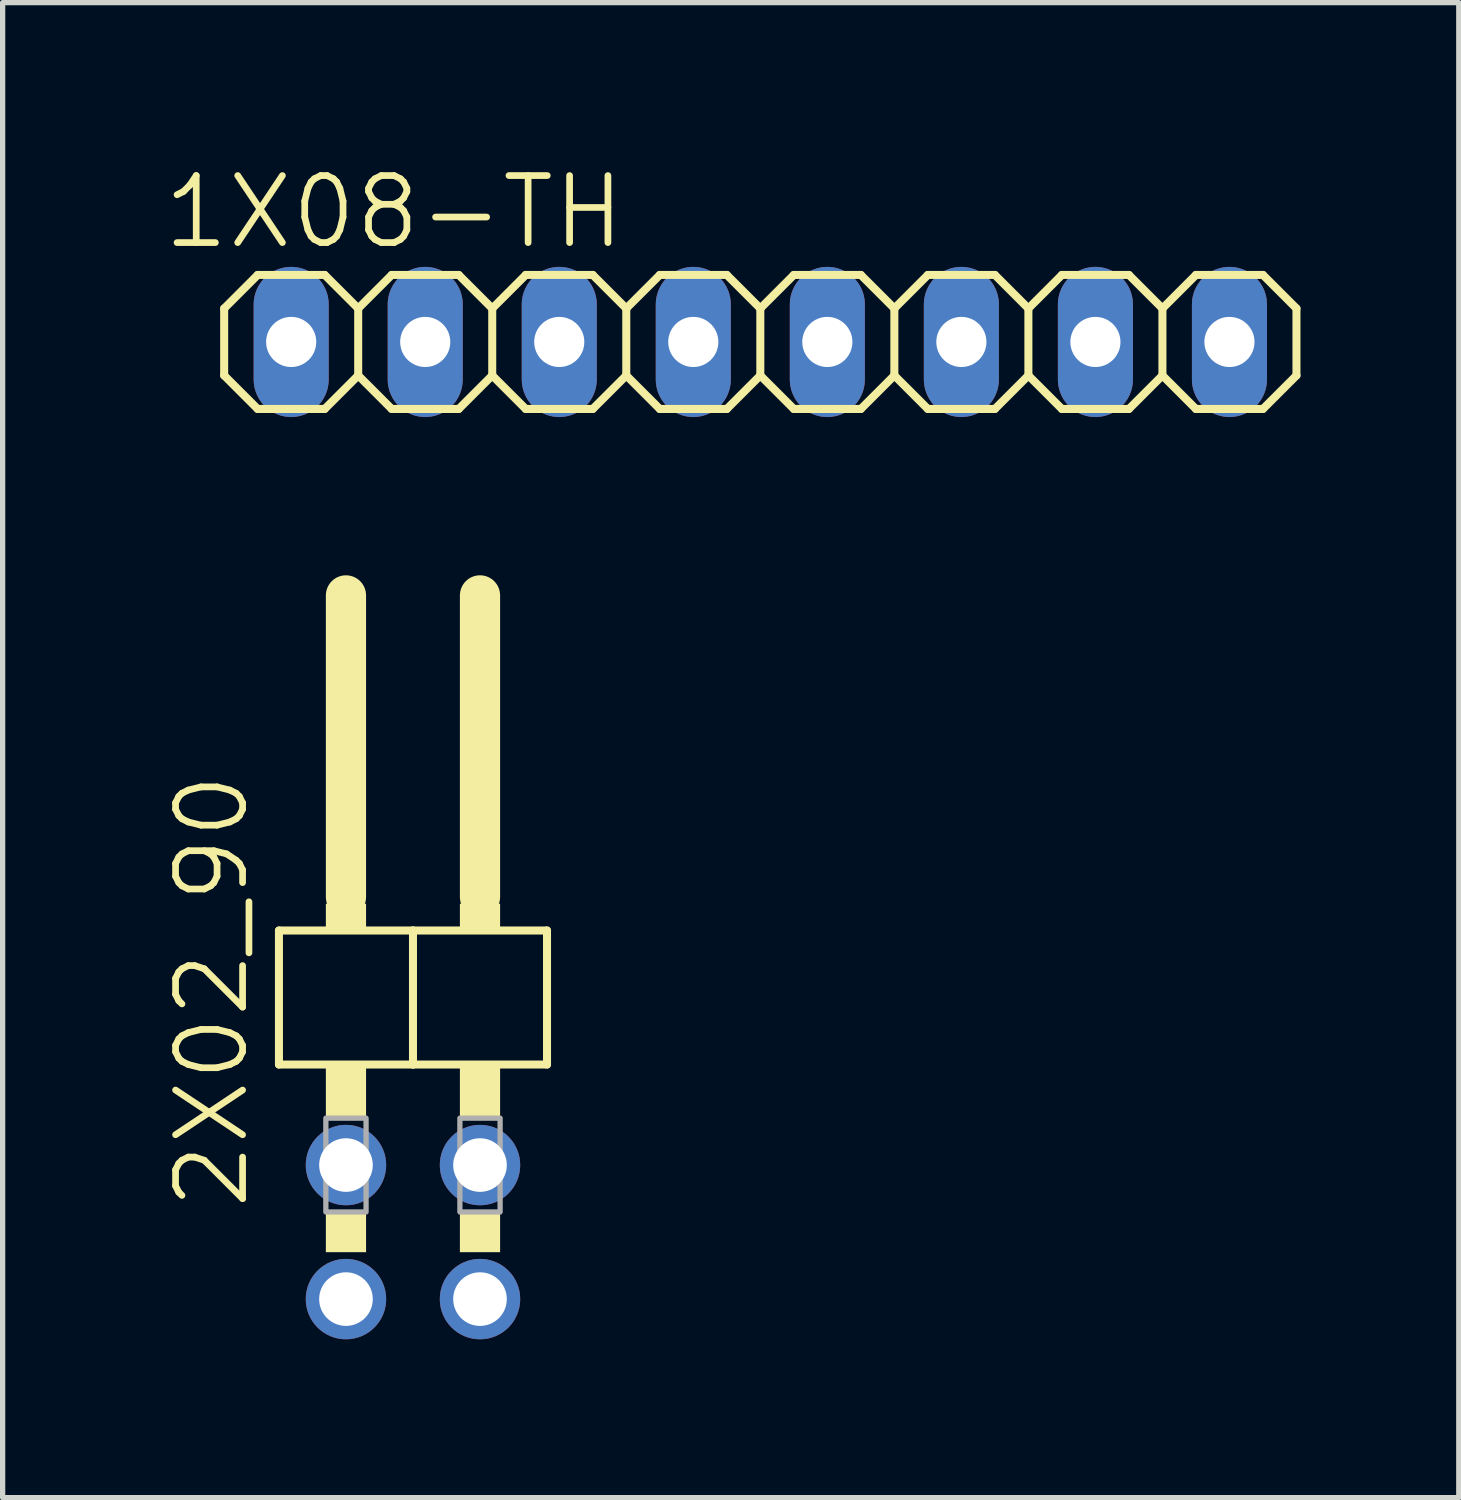
<source format=kicad_pcb>
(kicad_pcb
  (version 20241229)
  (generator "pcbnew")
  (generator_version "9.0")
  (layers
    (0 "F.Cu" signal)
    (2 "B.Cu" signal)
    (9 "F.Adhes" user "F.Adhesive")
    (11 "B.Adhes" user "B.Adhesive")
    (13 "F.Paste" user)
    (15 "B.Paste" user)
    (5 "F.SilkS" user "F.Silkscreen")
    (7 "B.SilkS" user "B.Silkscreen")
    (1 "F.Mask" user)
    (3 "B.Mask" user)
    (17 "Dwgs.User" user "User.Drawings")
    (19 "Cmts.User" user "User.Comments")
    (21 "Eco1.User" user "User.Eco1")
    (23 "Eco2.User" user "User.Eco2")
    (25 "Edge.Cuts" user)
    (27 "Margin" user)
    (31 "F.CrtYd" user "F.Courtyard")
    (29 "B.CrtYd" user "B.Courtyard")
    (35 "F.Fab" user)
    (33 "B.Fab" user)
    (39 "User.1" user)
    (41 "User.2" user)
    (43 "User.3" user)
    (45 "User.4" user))
  (footprint "2X02_90"
    (layer "F.Cu")
    (at 4.776 15.218)
    (property "Reference" "2X02_90" (at -3.81 0.514 90) (layer "F.SilkS") (effects (font (size 1.27 1.27) (thickness 0.127))))
    (attr through_hole)
    (fp_line (start -2.54 -0.635) (end -2.54 1.905) (stroke (width 0.152) (type solid)) (layer "F.SilkS"))
    (fp_line (start -2.54 1.905) (end 0 1.905) (stroke (width 0.152) (type solid)) (layer "F.SilkS"))
    (fp_line (start -1.27 -6.985) (end -1.27 -1.27) (stroke (width 0.762) (type solid)) (layer "F.SilkS"))
    (fp_line (start 0 -0.635) (end -2.54 -0.635) (stroke (width 0.152) (type solid)) (layer "F.SilkS"))
    (fp_line (start 0 1.905) (end 0 -0.635) (stroke (width 0.152) (type solid)) (layer "F.SilkS"))
    (fp_line (start 0 1.905) (end 2.54 1.905) (stroke (width 0.152) (type solid)) (layer "F.SilkS"))
    (fp_line (start 1.27 -6.985) (end 1.27 -1.27) (stroke (width 0.762) (type solid)) (layer "F.SilkS"))
    (fp_line (start 2.54 -0.635) (end 0 -0.635) (stroke (width 0.152) (type solid)) (layer "F.SilkS"))
    (fp_line (start 2.54 1.905) (end 2.54 -0.635) (stroke (width 0.152) (type solid)) (layer "F.SilkS"))
    (fp_poly (pts (xy -1.651 -1.143) (xy -0.889 -1.143) (xy -0.889 -0.635) (xy -1.651 -0.635)) (stroke (width 0) (type solid)) (fill yes) (layer "F.SilkS"))
    (fp_poly (pts (xy -1.651 1.905) (xy -0.889 1.905) (xy -0.889 2.921) (xy -1.651 2.921)) (stroke (width 0) (type solid)) (fill yes) (layer "F.SilkS"))
    (fp_poly (pts (xy -1.651 4.699) (xy -0.889 4.699) (xy -0.889 5.461) (xy -1.651 5.461)) (stroke (width 0) (type solid)) (fill yes) (layer "F.SilkS"))
    (fp_poly (pts (xy 0.889 -1.143) (xy 1.651 -1.143) (xy 1.651 -0.635) (xy 0.889 -0.635)) (stroke (width 0) (type solid)) (fill yes) (layer "F.SilkS"))
    (fp_poly (pts (xy 0.889 1.905) (xy 1.651 1.905) (xy 1.651 2.921) (xy 0.889 2.921)) (stroke (width 0) (type solid)) (fill yes) (layer "F.SilkS"))
    (fp_poly (pts (xy 0.889 4.699) (xy 1.651 4.699) (xy 1.651 5.461) (xy 0.889 5.461)) (stroke (width 0) (type solid)) (fill yes) (layer "F.SilkS"))
    (fp_poly (pts (xy -1.651 2.921) (xy -0.889 2.921) (xy -0.889 4.699) (xy -1.651 4.699)) (stroke (width 0.1) (type solid)) (fill no) (layer "F.Fab"))
    (fp_poly (pts (xy 0.889 2.921) (xy 1.651 2.921) (xy 1.651 4.699) (xy 0.889 4.699)) (stroke (width 0.1) (type solid)) (fill no) (layer "F.Fab"))
    (pad "1" thru_hole circle (at -1.27 6.35) (size 1.524 1.524) (drill 1.016) (layers "*.Cu" "*.Mask"))
    (pad "2" thru_hole circle (at -1.27 3.81) (size 1.524 1.524) (drill 1.016) (layers "*.Cu" "*.Mask"))
    (pad "3" thru_hole circle (at 1.27 6.35) (size 1.524 1.524) (drill 1.016) (layers "*.Cu" "*.Mask"))
    (pad "4" thru_hole circle (at 1.27 3.81) (size 1.524 1.524) (drill 1.016) (layers "*.Cu" "*.Mask")))
  (footprint "1X08-TH"
    (layer "F.Cu")
    (at 11.358 3.43)
    (property "Reference" "1X08-TH" (at -6.94 -2.464 0) (layer "F.SilkS") (effects (font (size 1.27 1.27) (thickness 0.127))))
    (attr through_hole)
    (fp_line (start -10.16 -0.635) (end -10.16 0.635) (stroke (width 0.152) (type solid)) (layer "F.SilkS"))
    (fp_line (start -10.16 0.635) (end -9.525 1.27) (stroke (width 0.152) (type solid)) (layer "F.SilkS"))
    (fp_line (start -9.525 -1.27) (end -10.16 -0.635) (stroke (width 0.152) (type solid)) (layer "F.SilkS"))
    (fp_line (start -9.525 -1.27) (end -8.255 -1.27) (stroke (width 0.152) (type solid)) (layer "F.SilkS"))
    (fp_line (start -8.255 -1.27) (end -7.62 -0.635) (stroke (width 0.152) (type solid)) (layer "F.SilkS"))
    (fp_line (start -8.255 1.27) (end -9.525 1.27) (stroke (width 0.152) (type solid)) (layer "F.SilkS"))
    (fp_line (start -7.62 -0.635) (end -7.62 0.635) (stroke (width 0.152) (type solid)) (layer "F.SilkS"))
    (fp_line (start -7.62 -0.635) (end -6.985 -1.27) (stroke (width 0.152) (type solid)) (layer "F.SilkS"))
    (fp_line (start -7.62 0.635) (end -8.255 1.27) (stroke (width 0.152) (type solid)) (layer "F.SilkS"))
    (fp_line (start -6.985 -1.27) (end -5.715 -1.27) (stroke (width 0.152) (type solid)) (layer "F.SilkS"))
    (fp_line (start -6.985 1.27) (end -7.62 0.635) (stroke (width 0.152) (type solid)) (layer "F.SilkS"))
    (fp_line (start -5.715 -1.27) (end -5.08 -0.635) (stroke (width 0.152) (type solid)) (layer "F.SilkS"))
    (fp_line (start -5.715 1.27) (end -6.985 1.27) (stroke (width 0.152) (type solid)) (layer "F.SilkS"))
    (fp_line (start -5.08 -0.635) (end -5.08 0.635) (stroke (width 0.152) (type solid)) (layer "F.SilkS"))
    (fp_line (start -5.08 -0.635) (end -4.445 -1.27) (stroke (width 0.152) (type solid)) (layer "F.SilkS"))
    (fp_line (start -5.08 0.635) (end -5.715 1.27) (stroke (width 0.152) (type solid)) (layer "F.SilkS"))
    (fp_line (start -4.445 -1.27) (end -3.175 -1.27) (stroke (width 0.152) (type solid)) (layer "F.SilkS"))
    (fp_line (start -4.445 1.27) (end -5.08 0.635) (stroke (width 0.152) (type solid)) (layer "F.SilkS"))
    (fp_line (start -3.175 -1.27) (end -2.54 -0.635) (stroke (width 0.152) (type solid)) (layer "F.SilkS"))
    (fp_line (start -3.175 1.27) (end -4.445 1.27) (stroke (width 0.152) (type solid)) (layer "F.SilkS"))
    (fp_line (start -2.54 -0.635) (end -2.54 0.635) (stroke (width 0.152) (type solid)) (layer "F.SilkS"))
    (fp_line (start -2.54 0.635) (end -3.175 1.27) (stroke (width 0.152) (type solid)) (layer "F.SilkS"))
    (fp_line (start -2.54 0.635) (end -1.905 1.27) (stroke (width 0.152) (type solid)) (layer "F.SilkS"))
    (fp_line (start -1.905 -1.27) (end -2.54 -0.635) (stroke (width 0.152) (type solid)) (layer "F.SilkS"))
    (fp_line (start -1.905 -1.27) (end -0.635 -1.27) (stroke (width 0.152) (type solid)) (layer "F.SilkS"))
    (fp_line (start -0.635 -1.27) (end 0 -0.635) (stroke (width 0.152) (type solid)) (layer "F.SilkS"))
    (fp_line (start -0.635 1.27) (end -1.905 1.27) (stroke (width 0.152) (type solid)) (layer "F.SilkS"))
    (fp_line (start 0 -0.635) (end 0 0.635) (stroke (width 0.152) (type solid)) (layer "F.SilkS"))
    (fp_line (start 0 -0.635) (end 0.635 -1.27) (stroke (width 0.152) (type solid)) (layer "F.SilkS"))
    (fp_line (start 0 0.635) (end -0.635 1.27) (stroke (width 0.152) (type solid)) (layer "F.SilkS"))
    (fp_line (start 0.635 -1.27) (end 1.905 -1.27) (stroke (width 0.152) (type solid)) (layer "F.SilkS"))
    (fp_line (start 0.635 1.27) (end 0 0.635) (stroke (width 0.152) (type solid)) (layer "F.SilkS"))
    (fp_line (start 1.905 -1.27) (end 2.54 -0.635) (stroke (width 0.152) (type solid)) (layer "F.SilkS"))
    (fp_line (start 1.905 1.27) (end 0.635 1.27) (stroke (width 0.152) (type solid)) (layer "F.SilkS"))
    (fp_line (start 2.54 -0.635) (end 2.54 0.635) (stroke (width 0.152) (type solid)) (layer "F.SilkS"))
    (fp_line (start 2.54 -0.635) (end 3.175 -1.27) (stroke (width 0.152) (type solid)) (layer "F.SilkS"))
    (fp_line (start 2.54 0.635) (end 1.905 1.27) (stroke (width 0.152) (type solid)) (layer "F.SilkS"))
    (fp_line (start 3.175 -1.27) (end 4.445 -1.27) (stroke (width 0.152) (type solid)) (layer "F.SilkS"))
    (fp_line (start 3.175 1.27) (end 2.54 0.635) (stroke (width 0.152) (type solid)) (layer "F.SilkS"))
    (fp_line (start 4.445 -1.27) (end 5.08 -0.635) (stroke (width 0.152) (type solid)) (layer "F.SilkS"))
    (fp_line (start 4.445 1.27) (end 3.175 1.27) (stroke (width 0.152) (type solid)) (layer "F.SilkS"))
    (fp_line (start 5.08 -0.635) (end 5.08 0.635) (stroke (width 0.152) (type solid)) (layer "F.SilkS"))
    (fp_line (start 5.08 0.635) (end 4.445 1.27) (stroke (width 0.152) (type solid)) (layer "F.SilkS"))
    (fp_line (start 5.08 0.635) (end 5.715 1.27) (stroke (width 0.152) (type solid)) (layer "F.SilkS"))
    (fp_line (start 5.715 -1.27) (end 5.08 -0.635) (stroke (width 0.152) (type solid)) (layer "F.SilkS"))
    (fp_line (start 5.715 -1.27) (end 6.985 -1.27) (stroke (width 0.152) (type solid)) (layer "F.SilkS"))
    (fp_line (start 6.985 -1.27) (end 7.62 -0.635) (stroke (width 0.152) (type solid)) (layer "F.SilkS"))
    (fp_line (start 6.985 1.27) (end 5.715 1.27) (stroke (width 0.152) (type solid)) (layer "F.SilkS"))
    (fp_line (start 7.62 -0.635) (end 7.62 0.635) (stroke (width 0.152) (type solid)) (layer "F.SilkS"))
    (fp_line (start 7.62 0.635) (end 6.985 1.27) (stroke (width 0.152) (type solid)) (layer "F.SilkS"))
    (fp_line (start 7.62 0.635) (end 8.255 1.27) (stroke (width 0.152) (type solid)) (layer "F.SilkS"))
    (fp_line (start 8.255 -1.27) (end 7.62 -0.635) (stroke (width 0.152) (type solid)) (layer "F.SilkS"))
    (fp_line (start 8.255 -1.27) (end 9.525 -1.27) (stroke (width 0.152) (type solid)) (layer "F.SilkS"))
    (fp_line (start 9.525 -1.27) (end 10.16 -0.635) (stroke (width 0.152) (type solid)) (layer "F.SilkS"))
    (fp_line (start 9.525 1.27) (end 8.255 1.27) (stroke (width 0.152) (type solid)) (layer "F.SilkS"))
    (fp_line (start 10.16 -0.635) (end 10.16 0.635) (stroke (width 0.152) (type solid)) (layer "F.SilkS"))
    (fp_line (start 10.16 0.635) (end 9.525 1.27) (stroke (width 0.152) (type solid)) (layer "F.SilkS"))
    (fp_poly (pts (xy -9.144 -0.254) (xy -8.636 -0.254) (xy -8.636 0.254) (xy -9.144 0.254)) (stroke (width 0.1) (type solid)) (fill no) (layer "F.Fab"))
    (fp_poly (pts (xy -6.604 -0.254) (xy -6.096 -0.254) (xy -6.096 0.254) (xy -6.604 0.254)) (stroke (width 0.1) (type solid)) (fill no) (layer "F.Fab"))
    (fp_poly (pts (xy -4.064 -0.254) (xy -3.556 -0.254) (xy -3.556 0.254) (xy -4.064 0.254)) (stroke (width 0.1) (type solid)) (fill no) (layer "F.Fab"))
    (fp_poly (pts (xy -1.524 -0.254) (xy -1.016 -0.254) (xy -1.016 0.254) (xy -1.524 0.254)) (stroke (width 0.1) (type solid)) (fill no) (layer "F.Fab"))
    (fp_poly (pts (xy 1.016 -0.254) (xy 1.524 -0.254) (xy 1.524 0.254) (xy 1.016 0.254)) (stroke (width 0.1) (type solid)) (fill no) (layer "F.Fab"))
    (fp_poly (pts (xy 3.556 -0.254) (xy 4.064 -0.254) (xy 4.064 0.254) (xy 3.556 0.254)) (stroke (width 0.1) (type solid)) (fill no) (layer "F.Fab"))
    (fp_poly (pts (xy 6.096 -0.254) (xy 6.604 -0.254) (xy 6.604 0.254) (xy 6.096 0.254)) (stroke (width 0.1) (type solid)) (fill no) (layer "F.Fab"))
    (fp_poly (pts (xy 8.636 -0.254) (xy 9.144 -0.254) (xy 9.144 0.254) (xy 8.636 0.254)) (stroke (width 0.1) (type solid)) (fill no) (layer "F.Fab"))
    (pad "1" thru_hole oval (at -8.89 0) (size 1.422 2.845) (drill 0.95) (layers "*.Cu" "*.Mask"))
    (pad "2" thru_hole oval (at -6.35 0) (size 1.422 2.845) (drill 0.95) (layers "*.Cu" "*.Mask"))
    (pad "3" thru_hole oval (at -3.81 0) (size 1.422 2.845) (drill 0.95) (layers "*.Cu" "*.Mask"))
    (pad "4" thru_hole oval (at -1.27 0) (size 1.422 2.845) (drill 0.95) (layers "*.Cu" "*.Mask"))
    (pad "5" thru_hole oval (at 1.27 0) (size 1.422 2.845) (drill 0.95) (layers "*.Cu" "*.Mask"))
    (pad "6" thru_hole oval (at 3.81 0) (size 1.422 2.845) (drill 0.95) (layers "*.Cu" "*.Mask"))
    (pad "7" thru_hole oval (at 6.35 0) (size 1.422 2.845) (drill 0.95) (layers "*.Cu" "*.Mask"))
    (pad "8" thru_hole oval (at 8.89 0) (size 1.422 2.845) (drill 0.95) (layers "*.Cu" "*.Mask")))
  (gr_rect
    (start -3 -3)
    (end 24.594 25.33)
    (stroke (width 0.1) (type default))
    (fill no)
    (layer "Edge.Cuts")))
</source>
